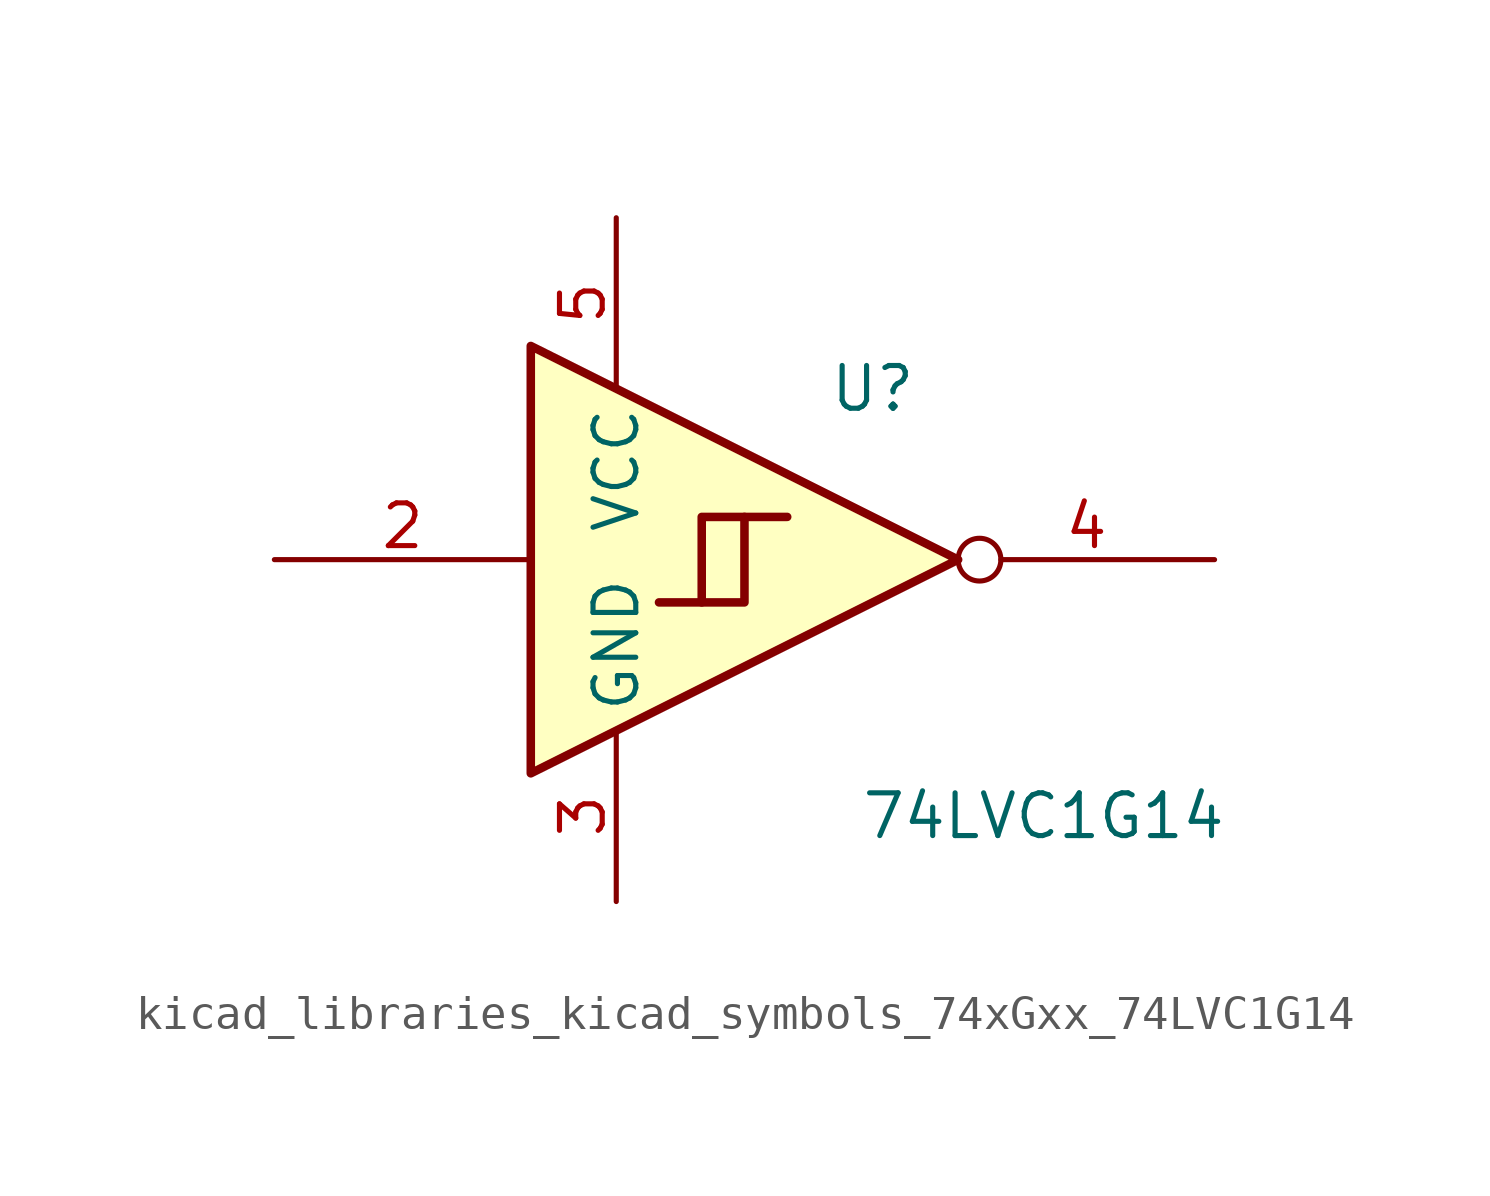
<source format=kicad_sym>
(kicad_symbol_lib
  (version 20220914)
  (generator kicad_symbol_editor)
  (symbol "kicad_libraries_kicad_symbols_74xGxx_74LVC1G14"
    (property "Reference" "U"
      (at 2.54 5.08 0)
      (effects (font (size 1.27 1.27))))
    (property "Value" "74LVC1G14"
      (at 7.62 -7.62 0)
      (effects (font (size 1.27 1.27))))
    (symbol "kicad_libraries_kicad_symbols_74xGxx_74LVC1G14_0_1"
      (polyline (pts (xy -2.54 -1.27) (xy -1.27 -1.27) (xy -1.27 1.27)) (stroke (width 0.254) (type default)) (fill (type background)))
      (polyline (pts (xy -7.62 6.35) (xy -7.62 -6.35) (xy 5.08 0) (xy -7.62 6.35)) (stroke (width 0.254) (type default)) (fill (type background)))
      (polyline (pts (xy -3.81 -1.27) (xy -2.54 -1.27) (xy -2.54 1.27) (xy 0 1.27)) (stroke (width 0.254) (type default)) (fill (type background))))
    (symbol "kicad_libraries_kicad_symbols_74xGxx_74LVC1G14_1_1"
      (pin input line (at -15.24 0 0) (length 7.62) (name "~" (effects (font (size 1.27 1.27)))) (number "2" (effects (font (size 1.27 1.27)))))
      (pin power_in line (at -5.08 -10.16 90) (length 5.08) (name "GND" (effects (font (size 1.27 1.27)))) (number "3" (effects (font (size 1.27 1.27)))))
      (pin output inverted (at 12.7 0 180) (length 7.62) (name "~" (effects (font (size 1.27 1.27)))) (number "4" (effects (font (size 1.27 1.27)))))
      (pin power_in line (at -5.08 10.16 270) (length 5.08) (name "VCC" (effects (font (size 1.27 1.27)))) (number "5" (effects (font (size 1.27 1.27))))))))
</source>
